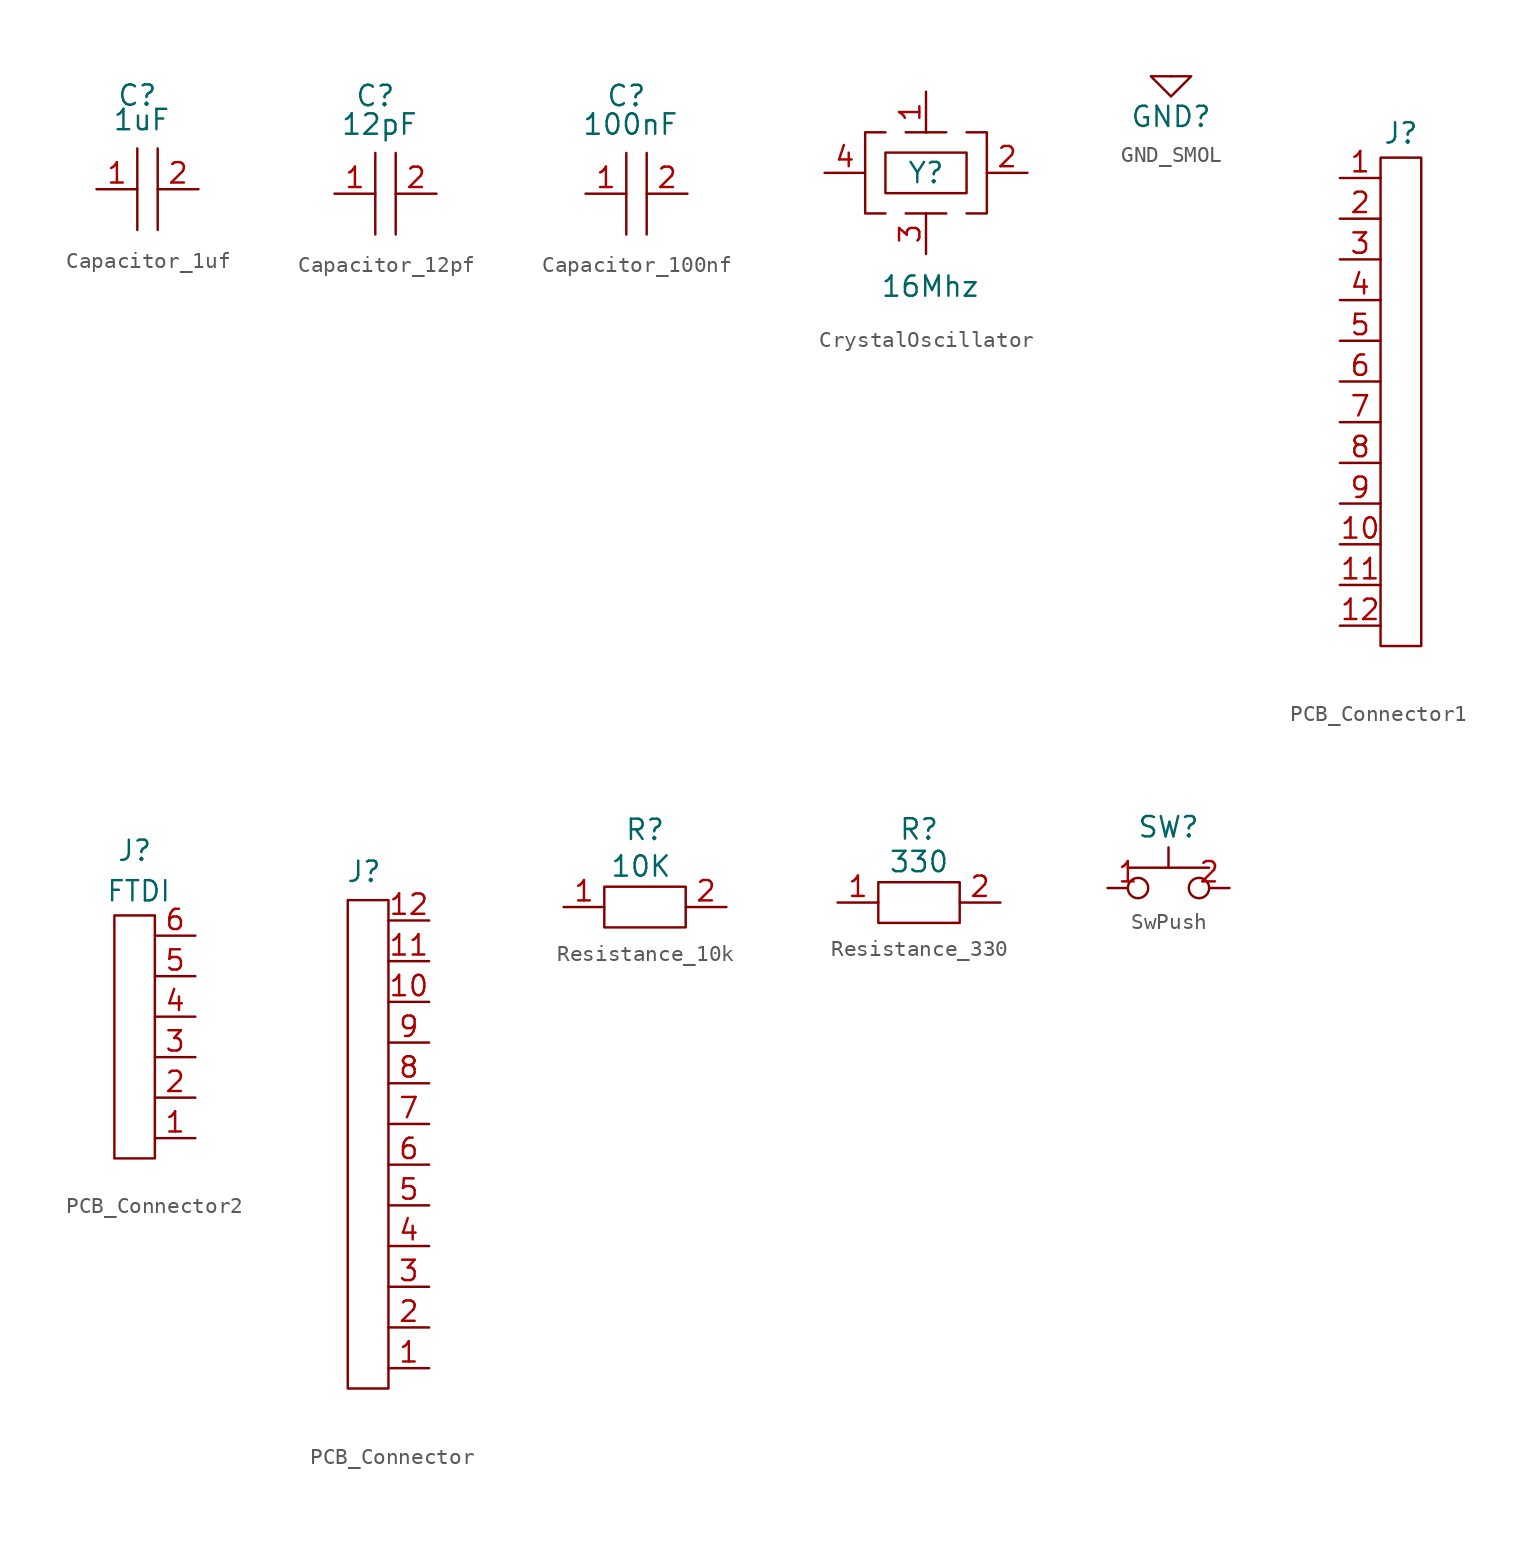
<source format=kicad_sym>
(kicad_symbol_lib
  (version 20241209)
  (generator "kicad_symbol_editor")
  (generator_version "9.0")
  (symbol "Capacitor_1uf"
    (property "Reference" "C"
      (at 0 5.842 0)
      (effects (font (size 1.27 1.27))))
    (property "Value" "1uF"
      (at 0.254 4.318 0)
      (effects (font (size 1.27 1.27))))
    (symbol "Capacitor_1uf_0_1"
      (polyline (pts (xy 0 0) (xy 0 2.54) (xy 0 0) (xy 0 -2.54)) (stroke (width 0) (type default)) (fill (type none)))
      (polyline (pts (xy 1.27 0) (xy 1.27 2.54) (xy 1.27 -2.54)) (stroke (width 0) (type default)) (fill (type none))))
    (symbol "Capacitor_1uf_1_1"
      (pin passive line (at -2.54 0 0) (length 2.54) (name "" (effects (font (size 1.27 1.27)))) (number "1" (effects (font (size 1.27 1.27)))))
      (pin passive line (at 3.81 0 180) (length 2.54) (name "" (effects (font (size 1.27 1.27)))) (number "2" (effects (font (size 1.27 1.27)))))))
  (symbol "Capacitor_12pf"
    (property "Reference" "C"
      (at 0 6.096 0)
      (effects (font (size 1.27 1.27))))
    (property "Value" "12pF"
      (at 0.254 4.318 0)
      (effects (font (size 1.27 1.27))))
    (symbol "Capacitor_12pf_0_1"
      (polyline (pts (xy 0 0) (xy 0 2.54) (xy 0 0) (xy 0 -2.54)) (stroke (width 0) (type default)) (fill (type none)))
      (polyline (pts (xy 1.27 0) (xy 1.27 2.54) (xy 1.27 -2.54)) (stroke (width 0) (type default)) (fill (type none))))
    (symbol "Capacitor_12pf_1_1"
      (pin passive line (at -2.54 0 0) (length 2.54) (name "" (effects (font (size 1.27 1.27)))) (number "1" (effects (font (size 1.27 1.27)))))
      (pin passive line (at 3.81 0 180) (length 2.54) (name "" (effects (font (size 1.27 1.27)))) (number "2" (effects (font (size 1.27 1.27)))))))
  (symbol "Capacitor_100nf"
    (property "Reference" "C"
      (at 0 6.096 0)
      (effects (font (size 1.27 1.27))))
    (property "Value" "100nF"
      (at 0.254 4.318 0)
      (effects (font (size 1.27 1.27))))
    (symbol "Capacitor_100nf_0_1"
      (polyline (pts (xy 0 0) (xy 0 2.54) (xy 0 0) (xy 0 -2.54)) (stroke (width 0) (type default)) (fill (type none)))
      (polyline (pts (xy 1.27 0) (xy 1.27 2.54) (xy 1.27 -2.54)) (stroke (width 0) (type default)) (fill (type none))))
    (symbol "Capacitor_100nf_1_1"
      (pin passive line (at -2.54 0 0) (length 2.54) (name "" (effects (font (size 1.27 1.27)))) (number "1" (effects (font (size 1.27 1.27)))))
      (pin passive line (at 3.81 0 180) (length 2.54) (name "" (effects (font (size 1.27 1.27)))) (number "2" (effects (font (size 1.27 1.27)))))))
  (symbol "CrystalOscillator"
    (property "Reference" "Y"
      (at 0 0 0)
      (effects (font (size 1.27 1.27))))
    (property "Value" "16Mhz"
      (at 0.254 -7.112 0)
      (effects (font (size 1.27 1.27))))
    (symbol "CrystalOscillator_0_1"
      (polyline (pts (xy -2.54 2.54) (xy -3.81 2.54) (xy -3.81 -2.54) (xy -2.54 -2.54)) (stroke (width 0) (type default)) (fill (type none)))
      (rectangle (start -1.27 2.54) (end 1.27 2.54) (stroke (width 0) (type default)) (fill (type none)))
      (polyline (pts (xy 0 2.54) (xy 0 2.54)) (stroke (width 0) (type default)) (fill (type none)))
      (rectangle (start 1.27 -2.54) (end -1.27 -2.54) (stroke (width 0) (type default)) (fill (type none)))
      (rectangle (start 2.54 1.27) (end -2.54 -1.27) (stroke (width 0) (type default)) (fill (type none)))
      (polyline (pts (xy 2.54 -2.54) (xy 3.81 -2.54) (xy 3.81 2.54) (xy 2.54 2.54)) (stroke (width 0) (type default)) (fill (type none))))
    (symbol "CrystalOscillator_1_1"
      (pin power_in line (at -6.35 0 0) (length 2.54) (name "" (effects (font (size 1.27 1.27)))) (number "4" (effects (font (size 1.27 1.27)))))
      (pin passive line (at 0 5.08 270) (length 2.54) (name "" (effects (font (size 1.27 1.27)))) (number "1" (effects (font (size 1.27 1.27)))))
      (pin passive line (at 0 -5.08 90) (length 2.54) (name "" (effects (font (size 1.27 1.27)))) (number "3" (effects (font (size 1.27 1.27)))))
      (pin power_in line (at 6.35 0 180) (length 2.54) (name "" (effects (font (size 1.27 1.27)))) (number "2" (effects (font (size 1.27 1.27)))))))
  (symbol "GND_SMOL"
    (power)
    (property "Reference" "GND"
      (at 0 0 0)
      (effects (font (size 1.27 1.27))))
    (symbol "GND_SMOL_0_1"
      (polyline (pts (xy 0 1.27) (xy 1.27 2.54) (xy -1.27 2.54) (xy 0 1.27)) (stroke (width 0) (type default)) (fill (type none))))
    (symbol "GND_SMOL_1_1"
      (pin power_in line (at 0 2.54 270) (length 0) (name "" (effects (font (size 1.27 1.27)))) (number "" (effects (font (size 1.27 1.27)))))))
  (symbol "PCB_Connector1"
    (property "Reference" "J"
      (at 0 16.764 0)
      (effects (font (size 1.27 1.27))))
    (property "Value" ""
      (at 0 0 0)
      (effects (font (size 1.27 1.27))))
    (symbol "PCB_Connector1_0_1"
      (rectangle (start -1.27 15.24) (end 1.27 -15.24) (stroke (width 0) (type default)) (fill (type none))))
    (symbol "PCB_Connector1_1_1"
      (pin power_out line (at -3.81 13.97 0) (length 2.54) (name "" (effects (font (size 1.27 1.27)))) (number "1" (effects (font (size 1.27 1.27)))))
      (pin power_in line (at -3.81 11.43 0) (length 2.54) (name "" (effects (font (size 1.27 1.27)))) (number "2" (effects (font (size 1.27 1.27)))))
      (pin bidirectional line (at -3.81 8.89 0) (length 2.54) (name "" (effects (font (size 1.27 1.27)))) (number "3" (effects (font (size 1.27 1.27)))))
      (pin power_in line (at -3.81 6.35 0) (length 2.54) (name "" (effects (font (size 1.27 1.27)))) (number "4" (effects (font (size 1.27 1.27)))))
      (pin bidirectional line (at -3.81 3.81 0) (length 2.54) (name "" (effects (font (size 1.27 1.27)))) (number "5" (effects (font (size 1.27 1.27)))))
      (pin bidirectional line (at -3.81 1.27 0) (length 2.54) (name "" (effects (font (size 1.27 1.27)))) (number "6" (effects (font (size 1.27 1.27)))))
      (pin bidirectional line (at -3.81 -1.27 0) (length 2.54) (name "" (effects (font (size 1.27 1.27)))) (number "7" (effects (font (size 1.27 1.27)))))
      (pin bidirectional line (at -3.81 -3.81 0) (length 2.54) (name "" (effects (font (size 1.27 1.27)))) (number "8" (effects (font (size 1.27 1.27)))))
      (pin bidirectional line (at -3.81 -6.35 0) (length 2.54) (name "" (effects (font (size 1.27 1.27)))) (number "9" (effects (font (size 1.27 1.27)))))
      (pin bidirectional line (at -3.81 -8.89 0) (length 2.54) (name "" (effects (font (size 1.27 1.27)))) (number "10" (effects (font (size 1.27 1.27)))))
      (pin bidirectional line (at -3.81 -11.43 0) (length 2.54) (name "" (effects (font (size 1.27 1.27)))) (number "11" (effects (font (size 1.27 1.27)))))
      (pin bidirectional line (at -3.81 -13.97 0) (length 2.54) (name "" (effects (font (size 1.27 1.27)))) (number "12" (effects (font (size 1.27 1.27)))))))
  (symbol "PCB_Connector2"
    (property "Reference" "J"
      (at 0 10.414 0)
      (effects (font (size 1.27 1.27))))
    (property "Value" "FTDI"
      (at 0.254 7.874 0)
      (effects (font (size 1.27 1.27))))
    (symbol "PCB_Connector2_0_1"
      (rectangle (start 1.27 6.35) (end -1.27 -8.89) (stroke (width 0) (type default)) (fill (type none))))
    (symbol "PCB_Connector2_1_1"
      (pin power_in line (at 3.81 5.08 180) (length 2.54) (name "" (effects (font (size 1.27 1.27)))) (number "6" (effects (font (size 1.27 1.27)))))
      (pin power_in line (at 3.81 2.54 180) (length 2.54) (name "" (effects (font (size 1.27 1.27)))) (number "5" (effects (font (size 1.27 1.27)))))
      (pin power_in line (at 3.81 0 180) (length 2.54) (name "" (effects (font (size 1.27 1.27)))) (number "4" (effects (font (size 1.27 1.27)))))
      (pin bidirectional line (at 3.81 -2.54 180) (length 2.54) (name "" (effects (font (size 1.27 1.27)))) (number "3" (effects (font (size 1.27 1.27)))))
      (pin bidirectional line (at 3.81 -5.08 180) (length 2.54) (name "" (effects (font (size 1.27 1.27)))) (number "2" (effects (font (size 1.27 1.27)))))
      (pin output line (at 3.81 -7.62 180) (length 2.54) (name "" (effects (font (size 1.27 1.27)))) (number "1" (effects (font (size 1.27 1.27)))))))
  (symbol "PCB_Connector"
    (property "Reference" "J"
      (at -0.254 17.018 0)
      (effects (font (size 1.27 1.27))))
    (property "Value" ""
      (at 0 0 0)
      (effects (font (size 1.27 1.27))))
    (symbol "PCB_Connector_0_1"
      (rectangle (start -1.27 15.24) (end 1.27 -15.24) (stroke (width 0) (type default)) (fill (type none))))
    (symbol "PCB_Connector_1_1"
      (pin bidirectional line (at 3.81 13.97 180) (length 2.54) (name "" (effects (font (size 1.27 1.27)))) (number "12" (effects (font (size 1.27 1.27)))))
      (pin bidirectional line (at 3.81 11.43 180) (length 2.54) (name "" (effects (font (size 1.27 1.27)))) (number "11" (effects (font (size 1.27 1.27)))))
      (pin bidirectional line (at 3.81 8.89 180) (length 2.54) (name "" (effects (font (size 1.27 1.27)))) (number "10" (effects (font (size 1.27 1.27)))))
      (pin power_in line (at 3.81 6.35 180) (length 2.54) (name "" (effects (font (size 1.27 1.27)))) (number "9" (effects (font (size 1.27 1.27)))))
      (pin bidirectional line (at 3.81 3.81 180) (length 2.54) (name "" (effects (font (size 1.27 1.27)))) (number "8" (effects (font (size 1.27 1.27)))))
      (pin bidirectional line (at 3.81 1.27 180) (length 2.54) (name "" (effects (font (size 1.27 1.27)))) (number "7" (effects (font (size 1.27 1.27)))))
      (pin bidirectional line (at 3.81 -1.27 180) (length 2.54) (name "" (effects (font (size 1.27 1.27)))) (number "6" (effects (font (size 1.27 1.27)))))
      (pin bidirectional line (at 3.81 -3.81 180) (length 2.54) (name "" (effects (font (size 1.27 1.27)))) (number "5" (effects (font (size 1.27 1.27)))))
      (pin bidirectional line (at 3.81 -6.35 180) (length 2.54) (name "" (effects (font (size 1.27 1.27)))) (number "4" (effects (font (size 1.27 1.27)))))
      (pin bidirectional line (at 3.81 -8.89 180) (length 2.54) (name "" (effects (font (size 1.27 1.27)))) (number "3" (effects (font (size 1.27 1.27)))))
      (pin bidirectional line (at 3.81 -11.43 180) (length 2.54) (name "" (effects (font (size 1.27 1.27)))) (number "2" (effects (font (size 1.27 1.27)))))
      (pin bidirectional line (at 3.81 -13.97 180) (length 2.54) (name "" (effects (font (size 1.27 1.27)))) (number "1" (effects (font (size 1.27 1.27)))))))
  (symbol "Resistance_10k"
    (property "Reference" "R"
      (at 0 4.826 0)
      (effects (font (size 1.27 1.27))))
    (property "Value" "10K"
      (at -0.254 2.54 0)
      (effects (font (size 1.27 1.27))))
    (symbol "Resistance_10k_0_1"
      (rectangle (start -2.54 1.27) (end 2.54 -1.27) (stroke (width 0) (type default)) (fill (type none))))
    (symbol "Resistance_10k_1_1"
      (pin passive line (at -5.08 0 0) (length 2.54) (name "" (effects (font (size 1.27 1.27)))) (number "1" (effects (font (size 1.27 1.27)))))
      (pin passive line (at 5.08 0 180) (length 2.54) (name "" (effects (font (size 1.27 1.27)))) (number "2" (effects (font (size 1.27 1.27)))))))
  (symbol "Resistance_330"
    (property "Reference" "R"
      (at 0 4.572 0)
      (effects (font (size 1.27 1.27))))
    (property "Value" "330"
      (at 0 2.54 0)
      (effects (font (size 1.27 1.27))))
    (symbol "Resistance_330_0_1"
      (rectangle (start -2.54 1.27) (end 2.54 -1.27) (stroke (width 0) (type default)) (fill (type none))))
    (symbol "Resistance_330_1_1"
      (pin passive line (at -5.08 0 0) (length 2.54) (name "" (effects (font (size 1.27 1.27)))) (number "1" (effects (font (size 1.27 1.27)))))
      (pin passive line (at 5.08 0 180) (length 2.54) (name "" (effects (font (size 1.27 1.27)))) (number "2" (effects (font (size 1.27 1.27)))))))
  (symbol "SwPush"
    (property "Reference" "SW"
      (at 0 0 0)
      (effects (font (size 1.27 1.27))))
    (property "Value" ""
      (at 0 0 0)
      (effects (font (size 1.27 1.27))))
    (symbol "SwPush_0_1"
      (polyline (pts (xy 0 -1.27) (xy 0 -2.54) (xy 2.54 -2.54) (xy -2.54 -2.54)) (stroke (width 0) (type default)) (fill (type none))))
    (symbol "SwPush_1_1"
      (pin bidirectional inverted (at -3.81 -3.81 0) (length 2.54) (name "" (effects (font (size 1.27 1.27)))) (number "1" (effects (font (size 1.27 1.27)))))
      (pin bidirectional inverted (at 3.81 -3.81 180) (length 2.54) (name "" (effects (font (size 1.27 1.27)))) (number "2" (effects (font (size 1.27 1.27))))))))
</source>
